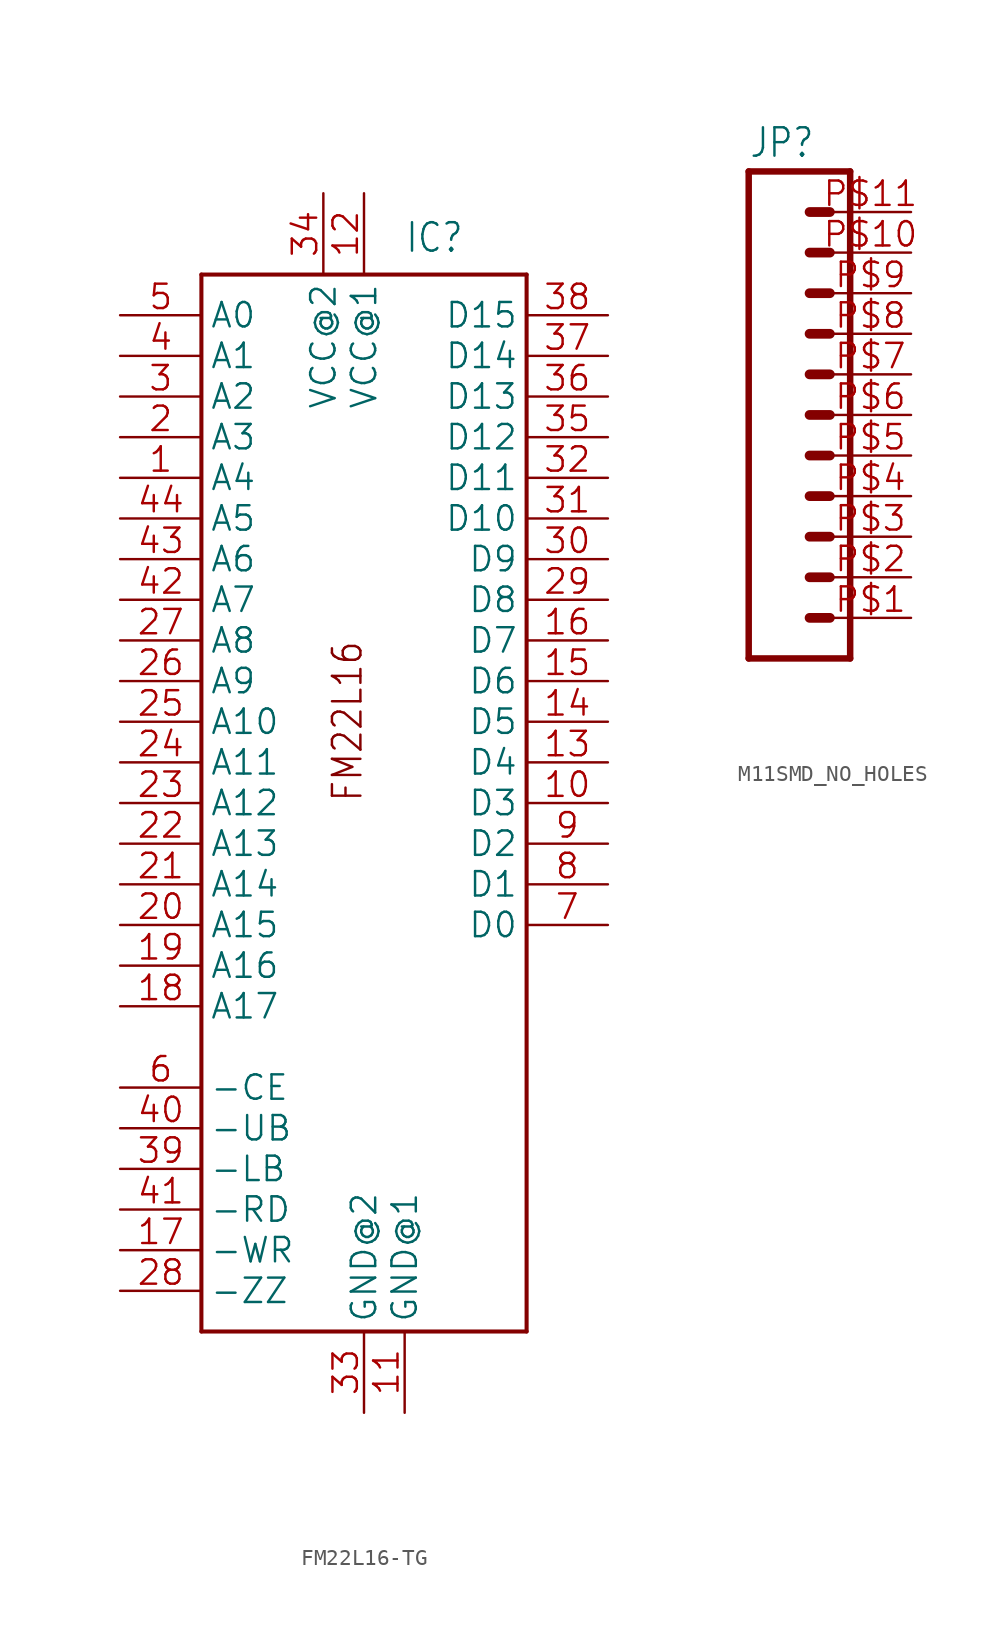
<source format=kicad_sym>
(kicad_symbol_lib
  (version 20241209)
  (generator "kicad_symbol_editor")
  (generator_version "9.0")
  (symbol "FM22L16-TG"
    (property "Reference" "IC"
      (at 2.54 24.13 0)
      (effects (font (size 1.778 1.511)) (justify left bottom)))
    (property "Value" ""
      (at 2.54 -10.16 90)
      (effects (font (size 1.778 1.511)) (justify left bottom)))
    (property "ki_locked" ""
      (at 0 0 0)
      (effects (font (size 1.27 1.27))))
    (symbol "FM22L16-TG_1_0"
      (polyline (pts (xy -10.16 22.86) (xy -10.16 -43.18)) (stroke (width 0.254) (type solid)) (fill (type none)))
      (polyline (pts (xy -10.16 -43.18) (xy 10.16 -43.18)) (stroke (width 0.254) (type solid)) (fill (type none)))
      (polyline (pts (xy 10.16 22.86) (xy -10.16 22.86)) (stroke (width 0.254) (type solid)) (fill (type none)))
      (polyline (pts (xy 10.16 -43.18) (xy 10.16 22.86)) (stroke (width 0.254) (type solid)) (fill (type none)))
      (text "FM22L16" (at 0 -10.16 900) (effects (font (size 1.778 1.511)) (justify left bottom)))
      (pin input line (at -15.24 20.32 0) (length 5.08) (name "A0" (effects (font (size 1.524 1.524)))) (number "5" (effects (font (size 1.524 1.524)))))
      (pin input line (at -15.24 17.78 0) (length 5.08) (name "A1" (effects (font (size 1.524 1.524)))) (number "4" (effects (font (size 1.524 1.524)))))
      (pin input line (at -15.24 15.24 0) (length 5.08) (name "A2" (effects (font (size 1.524 1.524)))) (number "3" (effects (font (size 1.524 1.524)))))
      (pin input line (at -15.24 12.7 0) (length 5.08) (name "A3" (effects (font (size 1.524 1.524)))) (number "2" (effects (font (size 1.524 1.524)))))
      (pin input line (at -15.24 10.16 0) (length 5.08) (name "A4" (effects (font (size 1.524 1.524)))) (number "1" (effects (font (size 1.524 1.524)))))
      (pin input line (at -15.24 7.62 0) (length 5.08) (name "A5" (effects (font (size 1.524 1.524)))) (number "44" (effects (font (size 1.524 1.524)))))
      (pin input line (at -15.24 5.08 0) (length 5.08) (name "A6" (effects (font (size 1.524 1.524)))) (number "43" (effects (font (size 1.524 1.524)))))
      (pin input line (at -15.24 2.54 0) (length 5.08) (name "A7" (effects (font (size 1.524 1.524)))) (number "42" (effects (font (size 1.524 1.524)))))
      (pin input line (at -15.24 0 0) (length 5.08) (name "A8" (effects (font (size 1.524 1.524)))) (number "27" (effects (font (size 1.524 1.524)))))
      (pin input line (at -15.24 -2.54 0) (length 5.08) (name "A9" (effects (font (size 1.524 1.524)))) (number "26" (effects (font (size 1.524 1.524)))))
      (pin input line (at -15.24 -5.08 0) (length 5.08) (name "A10" (effects (font (size 1.524 1.524)))) (number "25" (effects (font (size 1.524 1.524)))))
      (pin input line (at -15.24 -7.62 0) (length 5.08) (name "A11" (effects (font (size 1.524 1.524)))) (number "24" (effects (font (size 1.524 1.524)))))
      (pin input line (at -15.24 -10.16 0) (length 5.08) (name "A12" (effects (font (size 1.524 1.524)))) (number "23" (effects (font (size 1.524 1.524)))))
      (pin input line (at -15.24 -12.7 0) (length 5.08) (name "A13" (effects (font (size 1.524 1.524)))) (number "22" (effects (font (size 1.524 1.524)))))
      (pin input line (at -15.24 -15.24 0) (length 5.08) (name "A14" (effects (font (size 1.524 1.524)))) (number "21" (effects (font (size 1.524 1.524)))))
      (pin input line (at -15.24 -17.78 0) (length 5.08) (name "A15" (effects (font (size 1.524 1.524)))) (number "20" (effects (font (size 1.524 1.524)))))
      (pin input line (at -15.24 -20.32 0) (length 5.08) (name "A16" (effects (font (size 1.524 1.524)))) (number "19" (effects (font (size 1.524 1.524)))))
      (pin input line (at -15.24 -22.86 0) (length 5.08) (name "A17" (effects (font (size 1.524 1.524)))) (number "18" (effects (font (size 1.524 1.524)))))
      (pin input line (at -15.24 -27.94 0) (length 5.08) (name "-CE" (effects (font (size 1.524 1.524)))) (number "6" (effects (font (size 1.524 1.524)))))
      (pin input line (at -15.24 -30.48 0) (length 5.08) (name "-UB" (effects (font (size 1.524 1.524)))) (number "40" (effects (font (size 1.524 1.524)))))
      (pin input line (at -15.24 -33.02 0) (length 5.08) (name "-LB" (effects (font (size 1.524 1.524)))) (number "39" (effects (font (size 1.524 1.524)))))
      (pin input line (at -15.24 -35.56 0) (length 5.08) (name "-RD" (effects (font (size 1.524 1.524)))) (number "41" (effects (font (size 1.524 1.524)))))
      (pin input line (at -15.24 -38.1 0) (length 5.08) (name "-WR" (effects (font (size 1.524 1.524)))) (number "17" (effects (font (size 1.524 1.524)))))
      (pin input line (at -15.24 -40.64 0) (length 5.08) (name "-ZZ" (effects (font (size 1.524 1.524)))) (number "28" (effects (font (size 1.524 1.524)))))
      (pin power_in line (at -2.54 27.94 270) (length 5.08) (name "VCC@2" (effects (font (size 1.524 1.524)))) (number "34" (effects (font (size 1.524 1.524)))))
      (pin power_in line (at 0 27.94 270) (length 5.08) (name "VCC@1" (effects (font (size 1.524 1.524)))) (number "12" (effects (font (size 1.524 1.524)))))
      (pin power_in line (at 0 -48.26 90) (length 5.08) (name "GND@2" (effects (font (size 1.524 1.524)))) (number "33" (effects (font (size 1.524 1.524)))))
      (pin power_in line (at 2.54 -48.26 90) (length 5.08) (name "GND@1" (effects (font (size 1.524 1.524)))) (number "11" (effects (font (size 1.524 1.524)))))
      (pin bidirectional line (at 15.24 20.32 180) (length 5.08) (name "D15" (effects (font (size 1.524 1.524)))) (number "38" (effects (font (size 1.524 1.524)))))
      (pin bidirectional line (at 15.24 17.78 180) (length 5.08) (name "D14" (effects (font (size 1.524 1.524)))) (number "37" (effects (font (size 1.524 1.524)))))
      (pin bidirectional line (at 15.24 15.24 180) (length 5.08) (name "D13" (effects (font (size 1.524 1.524)))) (number "36" (effects (font (size 1.524 1.524)))))
      (pin bidirectional line (at 15.24 12.7 180) (length 5.08) (name "D12" (effects (font (size 1.524 1.524)))) (number "35" (effects (font (size 1.524 1.524)))))
      (pin bidirectional line (at 15.24 10.16 180) (length 5.08) (name "D11" (effects (font (size 1.524 1.524)))) (number "32" (effects (font (size 1.524 1.524)))))
      (pin bidirectional line (at 15.24 7.62 180) (length 5.08) (name "D10" (effects (font (size 1.524 1.524)))) (number "31" (effects (font (size 1.524 1.524)))))
      (pin bidirectional line (at 15.24 5.08 180) (length 5.08) (name "D9" (effects (font (size 1.524 1.524)))) (number "30" (effects (font (size 1.524 1.524)))))
      (pin bidirectional line (at 15.24 2.54 180) (length 5.08) (name "D8" (effects (font (size 1.524 1.524)))) (number "29" (effects (font (size 1.524 1.524)))))
      (pin bidirectional line (at 15.24 0 180) (length 5.08) (name "D7" (effects (font (size 1.524 1.524)))) (number "16" (effects (font (size 1.524 1.524)))))
      (pin bidirectional line (at 15.24 -2.54 180) (length 5.08) (name "D6" (effects (font (size 1.524 1.524)))) (number "15" (effects (font (size 1.524 1.524)))))
      (pin bidirectional line (at 15.24 -5.08 180) (length 5.08) (name "D5" (effects (font (size 1.524 1.524)))) (number "14" (effects (font (size 1.524 1.524)))))
      (pin bidirectional line (at 15.24 -7.62 180) (length 5.08) (name "D4" (effects (font (size 1.524 1.524)))) (number "13" (effects (font (size 1.524 1.524)))))
      (pin bidirectional line (at 15.24 -10.16 180) (length 5.08) (name "D3" (effects (font (size 1.524 1.524)))) (number "10" (effects (font (size 1.524 1.524)))))
      (pin bidirectional line (at 15.24 -12.7 180) (length 5.08) (name "D2" (effects (font (size 1.524 1.524)))) (number "9" (effects (font (size 1.524 1.524)))))
      (pin bidirectional line (at 15.24 -15.24 180) (length 5.08) (name "D1" (effects (font (size 1.524 1.524)))) (number "8" (effects (font (size 1.524 1.524)))))
      (pin bidirectional line (at 15.24 -17.78 180) (length 5.08) (name "D0" (effects (font (size 1.524 1.524)))) (number "7" (effects (font (size 1.524 1.524)))))))
  (symbol "M11SMD_NO_HOLES"
    (property "Reference" "JP"
      (at 0 16.002 0)
      (effects (font (size 1.778 1.511)) (justify left bottom)))
    (property "Value" ""
      (at 0 -17.78 0)
      (effects (font (size 1.778 1.511)) (justify left bottom)))
    (property "ki_locked" ""
      (at 0 0 0)
      (effects (font (size 1.27 1.27))))
    (symbol "M11SMD_NO_HOLES_1_0"
      (polyline (pts (xy 0 15.24) (xy 0 -15.24)) (stroke (width 0.406) (type solid)) (fill (type none)))
      (polyline (pts (xy 0 15.24) (xy 6.35 15.24)) (stroke (width 0.406) (type solid)) (fill (type none)))
      (polyline (pts (xy 3.81 12.7) (xy 5.08 12.7)) (stroke (width 0.61) (type solid)) (fill (type none)))
      (polyline (pts (xy 3.81 10.16) (xy 5.08 10.16)) (stroke (width 0.61) (type solid)) (fill (type none)))
      (polyline (pts (xy 3.81 7.62) (xy 5.08 7.62)) (stroke (width 0.61) (type solid)) (fill (type none)))
      (polyline (pts (xy 3.81 5.08) (xy 5.08 5.08)) (stroke (width 0.61) (type solid)) (fill (type none)))
      (polyline (pts (xy 3.81 2.54) (xy 5.08 2.54)) (stroke (width 0.61) (type solid)) (fill (type none)))
      (polyline (pts (xy 3.81 0) (xy 5.08 0)) (stroke (width 0.61) (type solid)) (fill (type none)))
      (polyline (pts (xy 3.81 -2.54) (xy 5.08 -2.54)) (stroke (width 0.61) (type solid)) (fill (type none)))
      (polyline (pts (xy 3.81 -5.08) (xy 5.08 -5.08)) (stroke (width 0.61) (type solid)) (fill (type none)))
      (polyline (pts (xy 3.81 -7.62) (xy 5.08 -7.62)) (stroke (width 0.61) (type solid)) (fill (type none)))
      (polyline (pts (xy 3.81 -10.16) (xy 5.08 -10.16)) (stroke (width 0.61) (type solid)) (fill (type none)))
      (polyline (pts (xy 3.81 -12.7) (xy 5.08 -12.7)) (stroke (width 0.61) (type solid)) (fill (type none)))
      (polyline (pts (xy 6.35 -15.24) (xy 0 -15.24)) (stroke (width 0.406) (type solid)) (fill (type none)))
      (polyline (pts (xy 6.35 -15.24) (xy 6.35 15.24)) (stroke (width 0.406) (type solid)) (fill (type none)))
      (pin passive line (at 10.16 12.7 180) (length 5.08) (name "11" (effects (font (size 0 0)))) (number "P$11" (effects (font (size 1.524 1.524)))))
      (pin passive line (at 10.16 10.16 180) (length 5.08) (name "10" (effects (font (size 0 0)))) (number "P$10" (effects (font (size 1.524 1.524)))))
      (pin passive line (at 10.16 7.62 180) (length 5.08) (name "9" (effects (font (size 0 0)))) (number "P$9" (effects (font (size 1.524 1.524)))))
      (pin passive line (at 10.16 5.08 180) (length 5.08) (name "8" (effects (font (size 0 0)))) (number "P$8" (effects (font (size 1.524 1.524)))))
      (pin passive line (at 10.16 2.54 180) (length 5.08) (name "7" (effects (font (size 0 0)))) (number "P$7" (effects (font (size 1.524 1.524)))))
      (pin passive line (at 10.16 0 180) (length 5.08) (name "6" (effects (font (size 0 0)))) (number "P$6" (effects (font (size 1.524 1.524)))))
      (pin passive line (at 10.16 -2.54 180) (length 5.08) (name "5" (effects (font (size 0 0)))) (number "P$5" (effects (font (size 1.524 1.524)))))
      (pin passive line (at 10.16 -5.08 180) (length 5.08) (name "4" (effects (font (size 0 0)))) (number "P$4" (effects (font (size 1.524 1.524)))))
      (pin passive line (at 10.16 -7.62 180) (length 5.08) (name "3" (effects (font (size 0 0)))) (number "P$3" (effects (font (size 1.524 1.524)))))
      (pin passive line (at 10.16 -10.16 180) (length 5.08) (name "2" (effects (font (size 0 0)))) (number "P$2" (effects (font (size 1.524 1.524)))))
      (pin passive line (at 10.16 -12.7 180) (length 5.08) (name "1" (effects (font (size 0 0)))) (number "P$1" (effects (font (size 1.524 1.524))))))))
</source>
